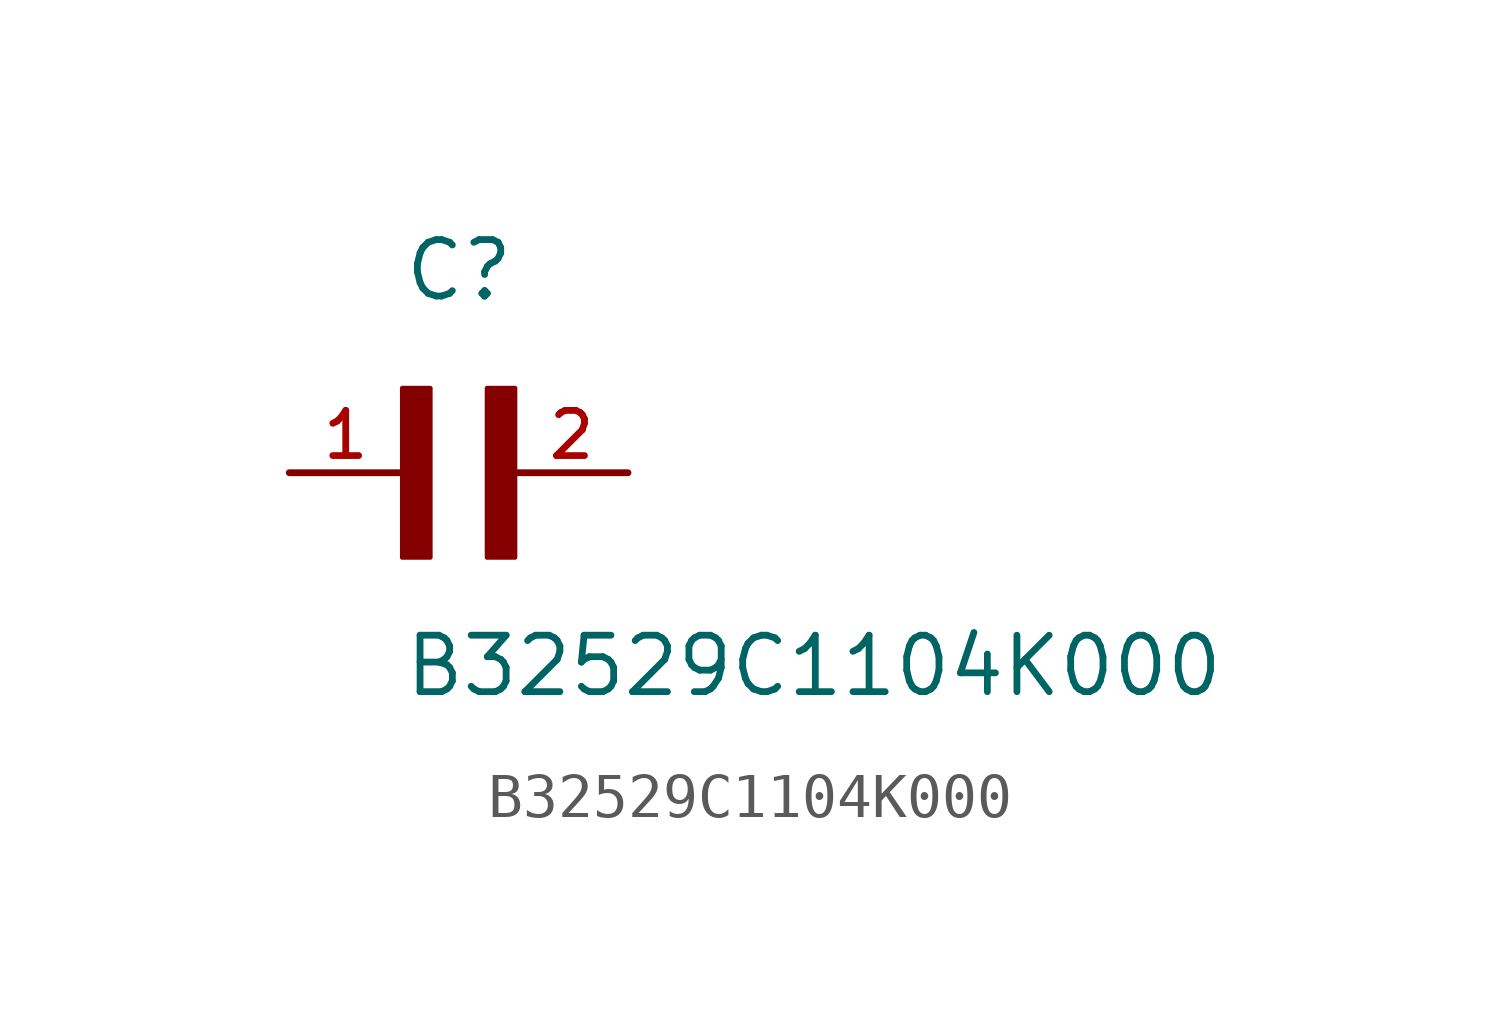
<source format=kicad_sym>
(kicad_symbol_lib
  (version 20231120)
  (generator "kicad_symbol_editor")
  (generator_version "8.0")
  (symbol "B32529C1104K000"
    (pin_names
      (offset 1.016))
    (property "Reference" "C"
      (at 0 3.811 0)
      (effects (font (size 1.27 1.27)) (justify left bottom)))
    (property "Value" "B32529C1104K000"
      (at 0 -5.088 0)
      (effects (font (size 1.27 1.27)) (justify left bottom)))
    (symbol "B32529C1104K000_0_0"
      (rectangle (start 0 -1.907) (end 0.635 1.905) (stroke (width 0.1) (type default)) (fill (type outline)))
      (rectangle (start 1.907 -1.907) (end 2.54 1.905) (stroke (width 0.1) (type default)) (fill (type outline)))
      (pin passive line (at -2.54 0 0) (length 2.54) (name "~" (effects (font (size 1.016 1.016)))) (number "1" (effects (font (size 1.016 1.016)))))
      (pin passive line (at 5.08 0 180) (length 2.54) (name "~" (effects (font (size 1.016 1.016)))) (number "2" (effects (font (size 1.016 1.016))))))))
</source>
